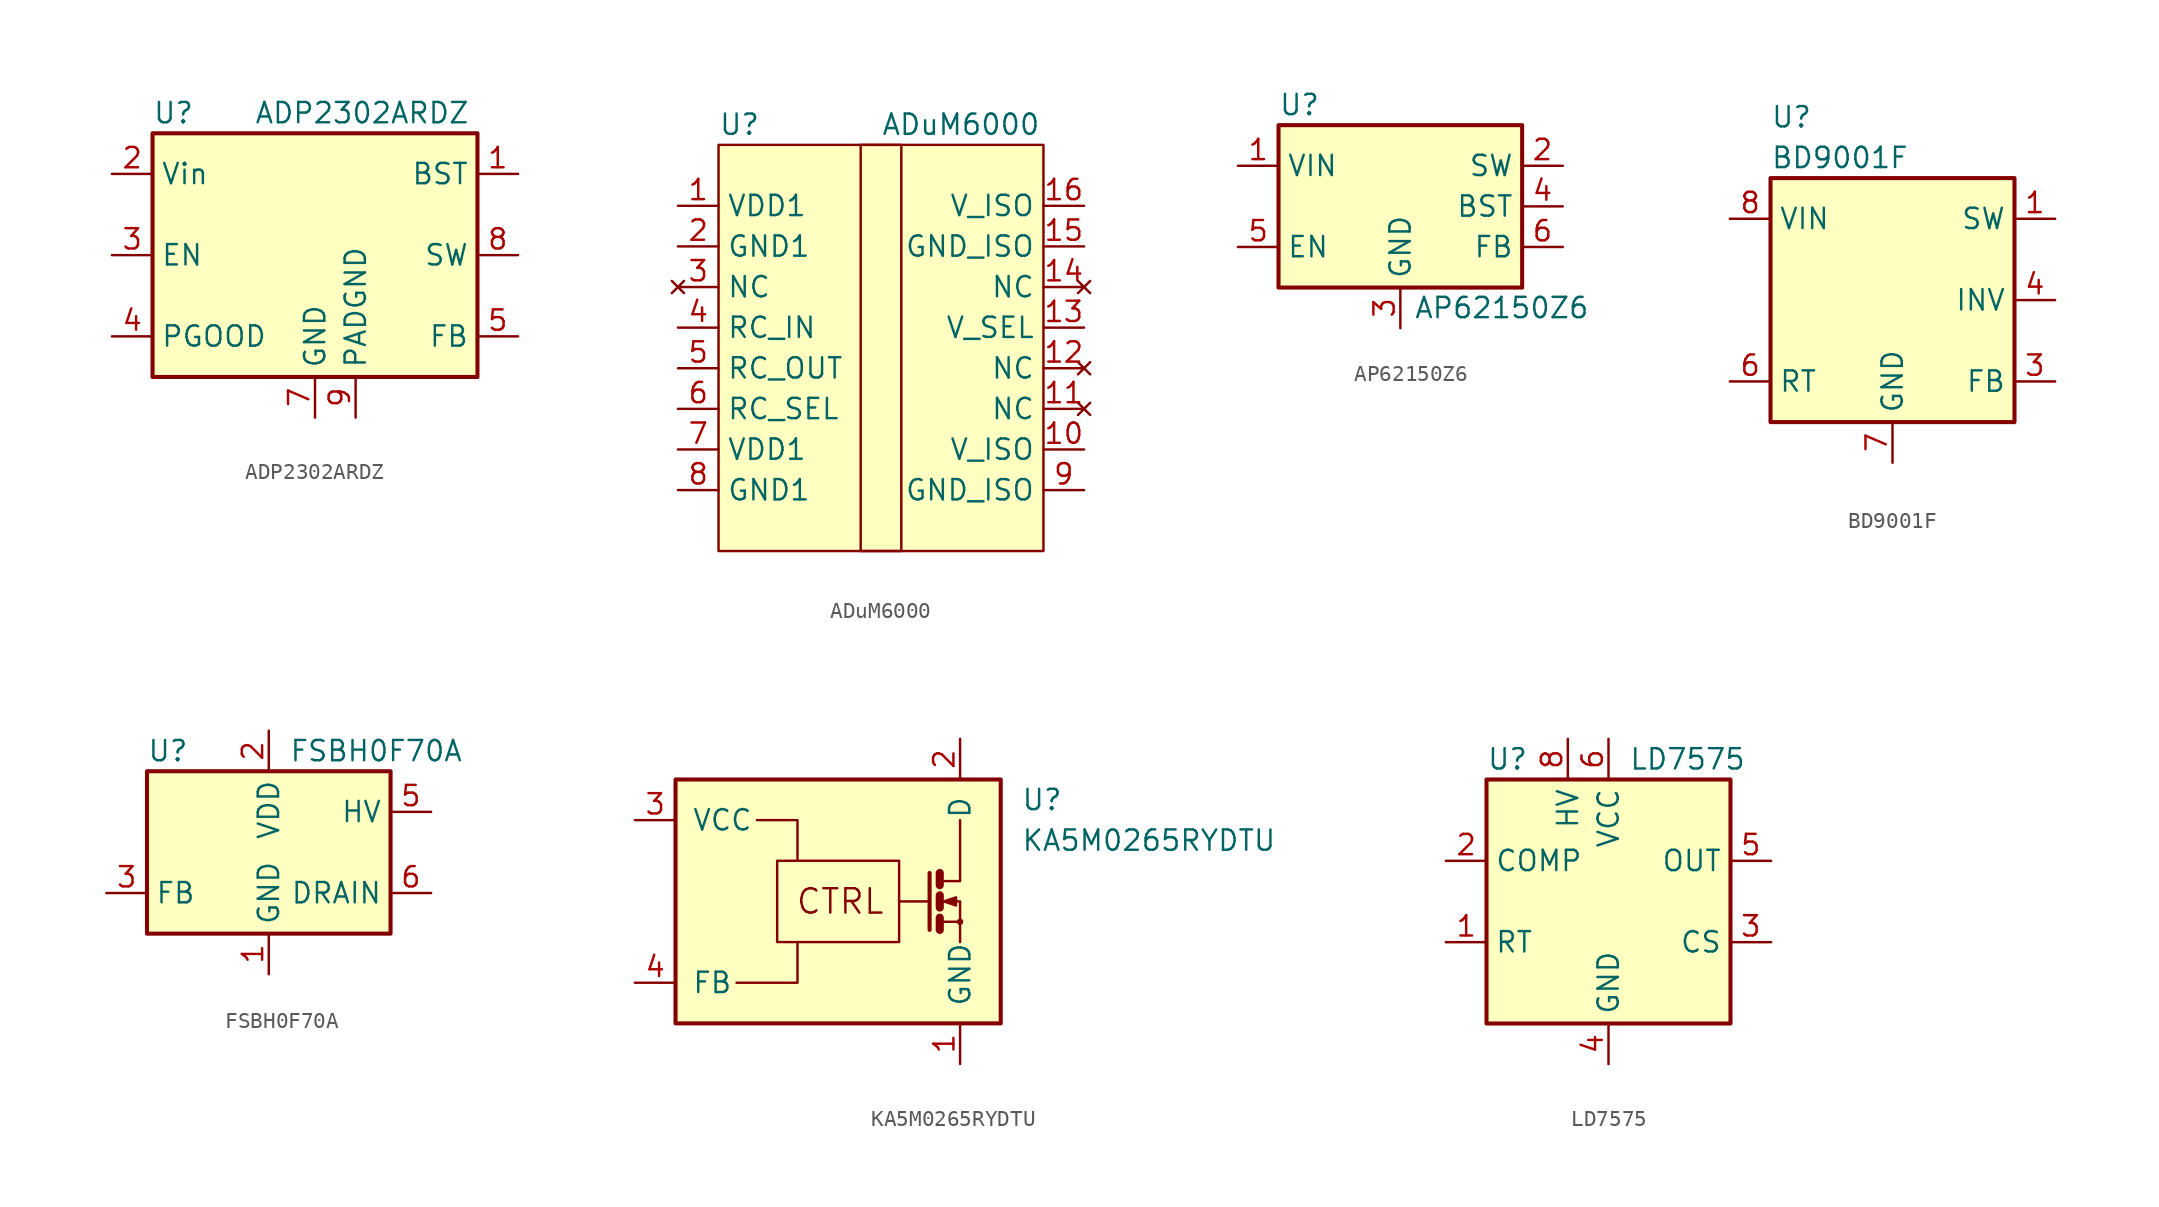
<source format=kicad_sym>
(kicad_symbol_lib
  (version 20201005)
  (generator kicad_symbol_editor)
  (symbol "Regulator_Switching:ADP2302ARDZ"
    (property "Reference" "U"
      (at -10.16 8.89 0)
      (effects (font (size 1.27 1.27)) (justify left)))
    (property "Value" "ADP2302ARDZ"
      (at -3.81 8.89 0)
      (effects (font (size 1.27 1.27)) (justify left)))
    (symbol "ADP2302ARDZ_0_1"
      (rectangle (start -10.16 7.62) (end 10.16 -7.62) (stroke (width 0.254)) (fill (type background))))
    (symbol "ADP2302ARDZ_1_1"
      (pin input line (at 12.7 5.08 180) (length 2.54) (name "BST" (effects (font (size 1.27 1.27)))) (number "1" (effects (font (size 1.27 1.27)))))
      (pin power_in line (at -12.7 5.08 0) (length 2.54) (name "Vin" (effects (font (size 1.27 1.27)))) (number "2" (effects (font (size 1.27 1.27)))))
      (pin input line (at -12.7 0 0) (length 2.54) (name "EN" (effects (font (size 1.27 1.27)))) (number "3" (effects (font (size 1.27 1.27)))))
      (pin output line (at -12.7 -5.08 0) (length 2.54) (name "PGOOD" (effects (font (size 1.27 1.27)))) (number "4" (effects (font (size 1.27 1.27)))))
      (pin input line (at 12.7 -5.08 180) (length 2.54) (name "FB" (effects (font (size 1.27 1.27)))) (number "5" (effects (font (size 1.27 1.27)))))
      (pin no_connect line (at -10.16 2.54 0) (length 2.54) hide (name "NC" (effects (font (size 1.27 1.27)))) (number "6" (effects (font (size 1.27 1.27)))))
      (pin power_in line (at 0 -10.16 90) (length 2.54) (name "GND" (effects (font (size 1.27 1.27)))) (number "7" (effects (font (size 1.27 1.27)))))
      (pin power_out line (at 12.7 0 180) (length 2.54) (name "SW" (effects (font (size 1.27 1.27)))) (number "8" (effects (font (size 1.27 1.27)))))
      (pin power_in line (at 2.54 -10.16 90) (length 2.54) (name "PADGND" (effects (font (size 1.27 1.27)))) (number "9" (effects (font (size 1.27 1.27)))))))
  (symbol "Regulator_Switching:ADuM6000"
    (property "Reference" "U"
      (at -10.16 12.7 0)
      (effects (font (size 1.27 1.27)) (justify left)))
    (property "Value" "ADuM6000"
      (at 0 12.7 0)
      (effects (font (size 1.27 1.27)) (justify left)))
    (symbol "ADuM6000_0_1"
      (rectangle (start -1.27 11.43) (end 1.27 -13.97) (stroke (width 0)) (fill (type none)))
      (rectangle (start -10.16 11.43) (end 10.16 -13.97) (stroke (width 0)) (fill (type background))))
    (symbol "ADuM6000_1_1"
      (pin power_in line (at -12.7 7.62 0) (length 2.54) (name "VDD1" (effects (font (size 1.27 1.27)))) (number "1" (effects (font (size 1.27 1.27)))))
      (pin passive line (at 12.7 -7.62 180) (length 2.54) (name "V_ISO" (effects (font (size 1.27 1.27)))) (number "10" (effects (font (size 1.27 1.27)))))
      (pin no_connect line (at 12.7 -5.08 180) (length 2.54) (name "NC" (effects (font (size 1.27 1.27)))) (number "11" (effects (font (size 1.27 1.27)))))
      (pin no_connect line (at 12.7 -2.54 180) (length 2.54) (name "NC" (effects (font (size 1.27 1.27)))) (number "12" (effects (font (size 1.27 1.27)))))
      (pin input line (at 12.7 0 180) (length 2.54) (name "V_SEL" (effects (font (size 1.27 1.27)))) (number "13" (effects (font (size 1.27 1.27)))))
      (pin no_connect line (at 12.7 2.54 180) (length 2.54) (name "NC" (effects (font (size 1.27 1.27)))) (number "14" (effects (font (size 1.27 1.27)))))
      (pin passive line (at 12.7 5.08 180) (length 2.54) (name "GND_ISO" (effects (font (size 1.27 1.27)))) (number "15" (effects (font (size 1.27 1.27)))))
      (pin power_out line (at 12.7 7.62 180) (length 2.54) (name "V_ISO" (effects (font (size 1.27 1.27)))) (number "16" (effects (font (size 1.27 1.27)))))
      (pin power_in line (at -12.7 5.08 0) (length 2.54) (name "GND1" (effects (font (size 1.27 1.27)))) (number "2" (effects (font (size 1.27 1.27)))))
      (pin no_connect line (at -12.7 2.54 0) (length 2.54) (name "NC" (effects (font (size 1.27 1.27)))) (number "3" (effects (font (size 1.27 1.27)))))
      (pin input line (at -12.7 0 0) (length 2.54) (name "RC_IN" (effects (font (size 1.27 1.27)))) (number "4" (effects (font (size 1.27 1.27)))))
      (pin output line (at -12.7 -2.54 0) (length 2.54) (name "RC_OUT" (effects (font (size 1.27 1.27)))) (number "5" (effects (font (size 1.27 1.27)))))
      (pin input line (at -12.7 -5.08 0) (length 2.54) (name "RC_SEL" (effects (font (size 1.27 1.27)))) (number "6" (effects (font (size 1.27 1.27)))))
      (pin power_in line (at -12.7 -7.62 0) (length 2.54) (name "VDD1" (effects (font (size 1.27 1.27)))) (number "7" (effects (font (size 1.27 1.27)))))
      (pin power_in line (at -12.7 -10.16 0) (length 2.54) (name "GND1" (effects (font (size 1.27 1.27)))) (number "8" (effects (font (size 1.27 1.27)))))
      (pin power_out line (at 12.7 -10.16 180) (length 2.54) (name "GND_ISO" (effects (font (size 1.27 1.27)))) (number "9" (effects (font (size 1.27 1.27)))))))
  (symbol "Regulator_Switching:AP62150Z6"
    (property "Reference" "U"
      (at -7.62 6.35 0)
      (effects (font (size 1.27 1.27)) (justify left)))
    (property "Value" "AP62150Z6"
      (at 6.35 -6.35 0)
      (effects (font (size 1.27 1.27))))
    (symbol "AP62150Z6_0_1"
      (rectangle (start -7.62 5.08) (end 7.62 -5.08) (stroke (width 0.254)) (fill (type background))))
    (symbol "AP62150Z6_1_1"
      (pin power_in line (at -10.16 2.54 0) (length 2.54) (name "VIN" (effects (font (size 1.27 1.27)))) (number "1" (effects (font (size 1.27 1.27)))))
      (pin output line (at 10.16 2.54 180) (length 2.54) (name "SW" (effects (font (size 1.27 1.27)))) (number "2" (effects (font (size 1.27 1.27)))))
      (pin power_in line (at 0 -7.62 90) (length 2.54) (name "GND" (effects (font (size 1.27 1.27)))) (number "3" (effects (font (size 1.27 1.27)))))
      (pin passive line (at 10.16 0 180) (length 2.54) (name "BST" (effects (font (size 1.27 1.27)))) (number "4" (effects (font (size 1.27 1.27)))))
      (pin input line (at -10.16 -2.54 0) (length 2.54) (name "EN" (effects (font (size 1.27 1.27)))) (number "5" (effects (font (size 1.27 1.27)))))
      (pin input line (at 10.16 -2.54 180) (length 2.54) (name "FB" (effects (font (size 1.27 1.27)))) (number "6" (effects (font (size 1.27 1.27)))))))
  (symbol "Regulator_Switching:BD9001F"
    (property "Reference" "U"
      (at -7.62 11.43 0)
      (effects (font (size 1.27 1.27)) (justify left)))
    (property "Value" "BD9001F"
      (at -7.62 8.89 0)
      (effects (font (size 1.27 1.27)) (justify left)))
    (symbol "BD9001F_0_1"
      (rectangle (start -7.62 7.62) (end 7.62 -7.62) (stroke (width 0.254)) (fill (type background))))
    (symbol "BD9001F_1_1"
      (pin output line (at 10.16 5.08 180) (length 2.54) (name "SW" (effects (font (size 1.27 1.27)))) (number "1" (effects (font (size 1.27 1.27)))))
      (pin no_connect line (at -7.62 0 0) (length 2.54) hide (name "NC" (effects (font (size 1.27 1.27)))) (number "2" (effects (font (size 1.27 1.27)))))
      (pin passive line (at 10.16 -5.08 180) (length 2.54) (name "FB" (effects (font (size 1.27 1.27)))) (number "3" (effects (font (size 1.27 1.27)))))
      (pin input line (at 10.16 0 180) (length 2.54) (name "INV" (effects (font (size 1.27 1.27)))) (number "4" (effects (font (size 1.27 1.27)))))
      (pin passive line (at -10.16 -5.08 0) (length 2.54) (name "RT" (effects (font (size 1.27 1.27)))) (number "6" (effects (font (size 1.27 1.27)))))
      (pin power_in line (at 0 -10.16 90) (length 2.54) (name "GND" (effects (font (size 1.27 1.27)))) (number "7" (effects (font (size 1.27 1.27)))))
      (pin power_in line (at -10.16 5.08 0) (length 2.54) (name "VIN" (effects (font (size 1.27 1.27)))) (number "8" (effects (font (size 1.27 1.27)))))))
  (symbol "Regulator_Switching:FSBH0F70A"
    (property "Reference" "U"
      (at -7.62 6.35 0)
      (effects (font (size 1.27 1.27)) (justify left)))
    (property "Value" "FSBH0F70A"
      (at 1.27 6.35 0)
      (effects (font (size 1.27 1.27)) (justify left)))
    (symbol "FSBH0F70A_0_1"
      (rectangle (start -7.62 5.08) (end 7.62 -5.08) (stroke (width 0.254)) (fill (type background))))
    (symbol "FSBH0F70A_1_1"
      (pin power_in line (at 0 -7.62 90) (length 2.54) (name "GND" (effects (font (size 1.27 1.27)))) (number "1" (effects (font (size 1.27 1.27)))))
      (pin power_in line (at 0 7.62 270) (length 2.54) (name "VDD" (effects (font (size 1.27 1.27)))) (number "2" (effects (font (size 1.27 1.27)))))
      (pin input line (at -10.16 -2.54 0) (length 2.54) (name "FB" (effects (font (size 1.27 1.27)))) (number "3" (effects (font (size 1.27 1.27)))))
      (pin no_connect line (at -7.62 2.54 0) (length 2.54) hide (name "NC" (effects (font (size 1.27 1.27)))) (number "4" (effects (font (size 1.27 1.27)))))
      (pin input line (at 10.16 2.54 180) (length 2.54) (name "HV" (effects (font (size 1.27 1.27)))) (number "5" (effects (font (size 1.27 1.27)))))
      (pin open_collector line (at 10.16 -2.54 180) (length 2.54) (name "DRAIN" (effects (font (size 1.27 1.27)))) (number "6" (effects (font (size 1.27 1.27)))))
      (pin open_collector line (at 10.16 -2.54 180) (length 2.54) hide (name "DRAIN" (effects (font (size 1.27 1.27)))) (number "7" (effects (font (size 1.27 1.27)))))
      (pin open_collector line (at 10.16 -2.54 180) (length 2.54) hide (name "DRAIN" (effects (font (size 1.27 1.27)))) (number "8" (effects (font (size 1.27 1.27)))))))
  (symbol "Regulator_Switching:KA5M0265RYDTU"
    (pin_names
      (offset 1.016))
    (property "Reference" "U"
      (at 11.43 6.35 0)
      (effects (font (size 1.27 1.27)) (justify left)))
    (property "Value" "KA5M0265RYDTU"
      (at 11.43 3.81 0)
      (effects (font (size 1.27 1.27)) (justify left)))
    (symbol "KA5M0265RYDTU_0_0"
      (circle (center 7.62 -1.27) (radius 0.127) (stroke (width 0)) (fill (type none)))
      (text "CTRL" (at 0.127 0 0) (effects (font (size 1.524 1.524))))
      (rectangle (start -3.81 2.54) (end 3.81 -2.54) (stroke (width 0)) (fill (type none)))
      (rectangle (start -10.16 7.62) (end 10.16 -7.62) (stroke (width 0.254)) (fill (type background)))
      (polyline (pts (xy 3.81 0) (xy 5.715 0)) (stroke (width 0)) (fill (type none)))
      (polyline (pts (xy 5.715 1.778) (xy 5.715 -1.778)) (stroke (width 0.254)) (fill (type none)))
      (polyline (pts (xy 6.35 -1.27) (xy 7.62 -1.27)) (stroke (width 0)) (fill (type none)))
      (polyline (pts (xy 6.35 -1.016) (xy 6.35 -1.778)) (stroke (width 0.508)) (fill (type none)))
      (polyline (pts (xy 6.35 0.381) (xy 6.35 -0.381)) (stroke (width 0.508)) (fill (type none)))
      (polyline (pts (xy 6.35 1.778) (xy 6.35 1.016)) (stroke (width 0.508)) (fill (type none)))
      (polyline (pts (xy -6.35 -5.08) (xy -2.54 -5.08) (xy -2.54 -2.54)) (stroke (width 0)) (fill (type none)))
      (polyline (pts (xy -5.08 5.08) (xy -2.54 5.08) (xy -2.54 2.54)) (stroke (width 0)) (fill (type none)))
      (polyline (pts (xy 6.35 1.27) (xy 7.62 1.27) (xy 7.62 5.08)) (stroke (width 0)) (fill (type none)))
      (polyline (pts (xy 7.62 -2.54) (xy 7.62 0) (xy 6.35 0)) (stroke (width 0)) (fill (type none)))
      (polyline (pts (xy 6.604 0) (xy 7.366 0.254) (xy 7.366 -0.254) (xy 6.604 0)) (stroke (width 0)) (fill (type outline))))
    (symbol "KA5M0265RYDTU_1_1"
      (pin power_in line (at 7.62 -10.16 90) (length 2.54) (name "GND" (effects (font (size 1.27 1.27)))) (number "1" (effects (font (size 1.27 1.27)))))
      (pin passive line (at 7.62 10.16 270) (length 2.54) (name "D" (effects (font (size 1.27 1.27)))) (number "2" (effects (font (size 1.27 1.27)))))
      (pin power_in line (at -12.7 5.08 0) (length 2.54) (name "VCC" (effects (font (size 1.27 1.27)))) (number "3" (effects (font (size 1.27 1.27)))))
      (pin passive line (at -12.7 -5.08 0) (length 2.54) (name "FB" (effects (font (size 1.27 1.27)))) (number "4" (effects (font (size 1.27 1.27)))))))
  (symbol "Regulator_Switching:LD7575"
    (property "Reference" "U"
      (at -7.62 8.89 0)
      (effects (font (size 1.27 1.27)) (justify left)))
    (property "Value" "LD7575"
      (at 1.27 8.89 0)
      (effects (font (size 1.27 1.27)) (justify left)))
    (symbol "LD7575_0_1"
      (rectangle (start -7.62 7.62) (end 7.62 -7.62) (stroke (width 0.254)) (fill (type background))))
    (symbol "LD7575_1_1"
      (pin passive line (at -10.16 -2.54 0) (length 2.54) (name "RT" (effects (font (size 1.27 1.27)))) (number "1" (effects (font (size 1.27 1.27)))))
      (pin passive line (at -10.16 2.54 0) (length 2.54) (name "COMP" (effects (font (size 1.27 1.27)))) (number "2" (effects (font (size 1.27 1.27)))))
      (pin input line (at 10.16 -2.54 180) (length 2.54) (name "CS" (effects (font (size 1.27 1.27)))) (number "3" (effects (font (size 1.27 1.27)))))
      (pin power_in line (at 0 -10.16 90) (length 2.54) (name "GND" (effects (font (size 1.27 1.27)))) (number "4" (effects (font (size 1.27 1.27)))))
      (pin output line (at 10.16 2.54 180) (length 2.54) (name "OUT" (effects (font (size 1.27 1.27)))) (number "5" (effects (font (size 1.27 1.27)))))
      (pin power_in line (at 0 10.16 270) (length 2.54) (name "VCC" (effects (font (size 1.27 1.27)))) (number "6" (effects (font (size 1.27 1.27)))))
      (pin no_connect line (at 7.62 0 180) (length 2.54) hide (name "NC" (effects (font (size 1.27 1.27)))) (number "7" (effects (font (size 1.27 1.27)))))
      (pin passive line (at -2.54 10.16 270) (length 2.54) (name "HV" (effects (font (size 1.27 1.27)))) (number "8" (effects (font (size 1.27 1.27))))))))
</source>
